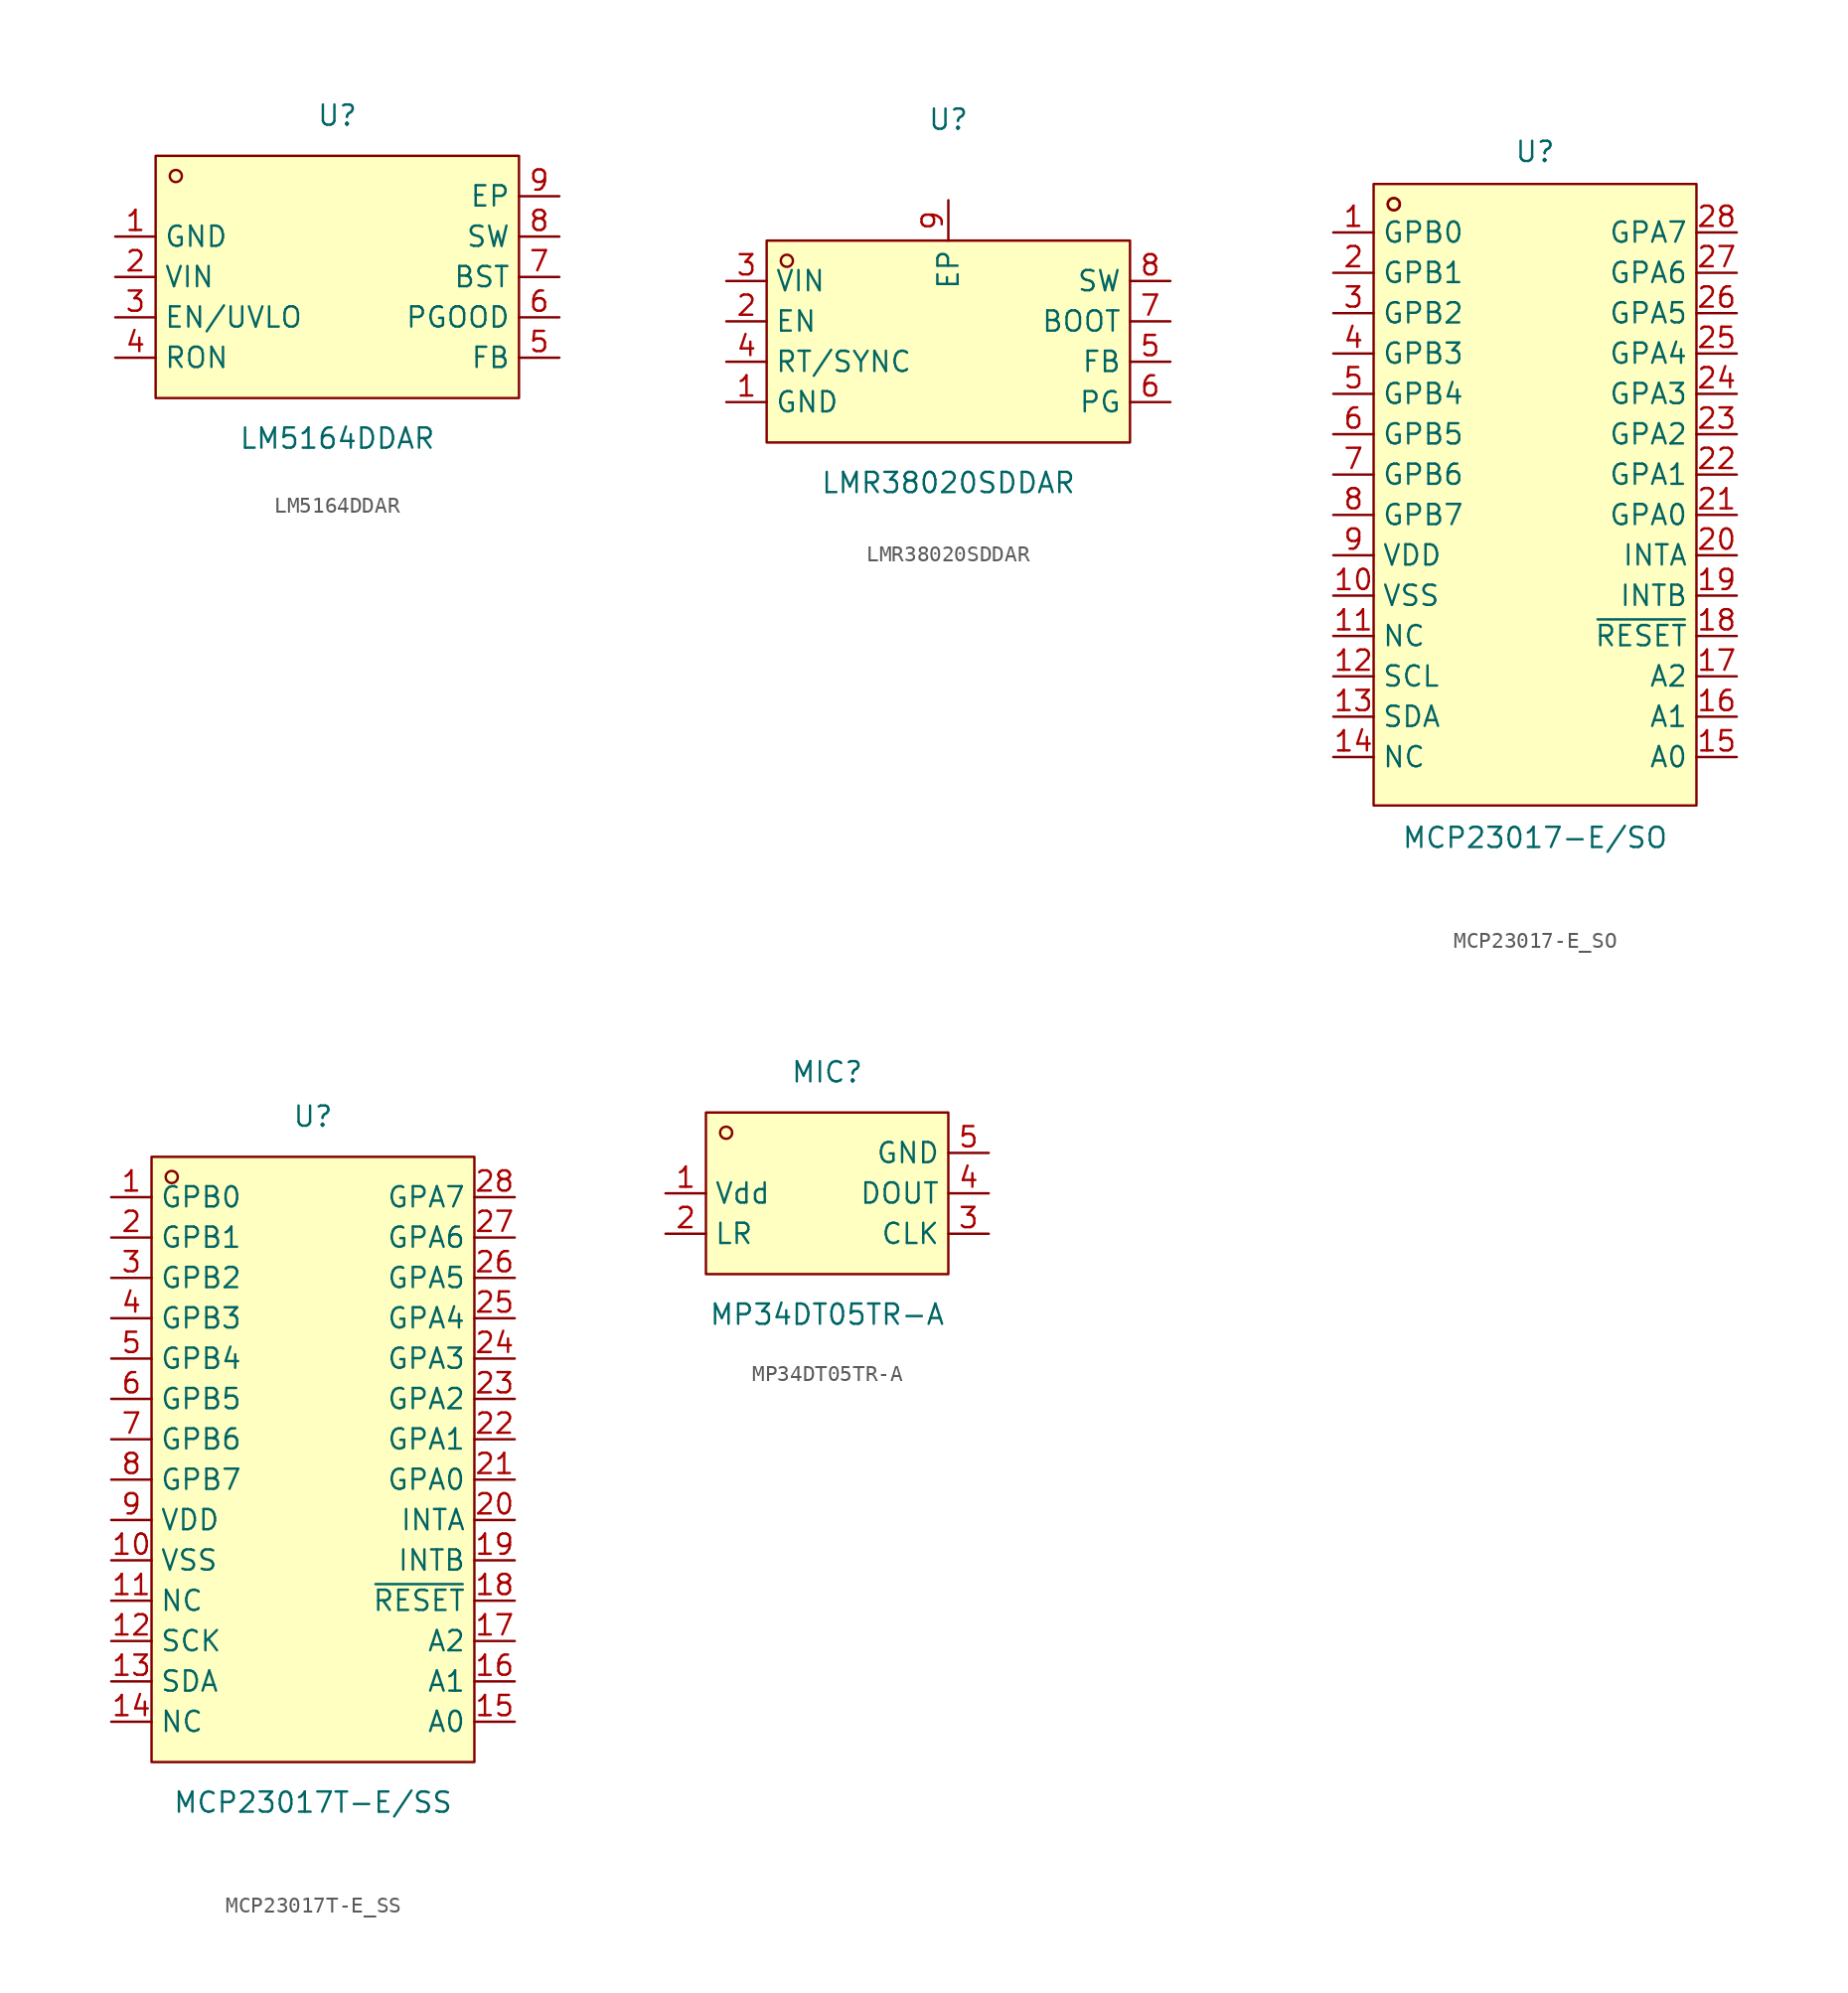
<source format=kicad_sym>
(kicad_symbol_lib
  (version 20231120)
  (generator "kicad_symbol_editor")
  (generator_version "8.0")
  (symbol "LM5164DDAR"
    (property "Reference" "U"
      (at 0 10.16 0)
      (effects (font (size 1.27 1.27))))
    (property "Value" "LM5164DDAR"
      (at 0 -10.16 0)
      (effects (font (size 1.27 1.27))))
    (symbol "LM5164DDAR_0_1"
      (rectangle (start -11.43 7.62) (end 11.43 -7.62) (stroke (width 0) (type default)) (fill (type background)))
      (circle (center -10.16 6.35) (radius 0.38) (stroke (width 0) (type default)) (fill (type none)))
      (pin unspecified line (at -13.97 2.54 0) (length 2.54) (name "GND" (effects (font (size 1.27 1.27)))) (number "1" (effects (font (size 1.27 1.27)))))
      (pin unspecified line (at -13.97 0 0) (length 2.54) (name "VIN" (effects (font (size 1.27 1.27)))) (number "2" (effects (font (size 1.27 1.27)))))
      (pin unspecified line (at -13.97 -2.54 0) (length 2.54) (name "EN/UVLO" (effects (font (size 1.27 1.27)))) (number "3" (effects (font (size 1.27 1.27)))))
      (pin unspecified line (at -13.97 -5.08 0) (length 2.54) (name "RON" (effects (font (size 1.27 1.27)))) (number "4" (effects (font (size 1.27 1.27)))))
      (pin unspecified line (at 13.97 -5.08 180) (length 2.54) (name "FB" (effects (font (size 1.27 1.27)))) (number "5" (effects (font (size 1.27 1.27)))))
      (pin unspecified line (at 13.97 -2.54 180) (length 2.54) (name "PGOOD" (effects (font (size 1.27 1.27)))) (number "6" (effects (font (size 1.27 1.27)))))
      (pin unspecified line (at 13.97 0 180) (length 2.54) (name "BST" (effects (font (size 1.27 1.27)))) (number "7" (effects (font (size 1.27 1.27)))))
      (pin unspecified line (at 13.97 2.54 180) (length 2.54) (name "SW" (effects (font (size 1.27 1.27)))) (number "8" (effects (font (size 1.27 1.27)))))
      (pin unspecified line (at 13.97 5.08 180) (length 2.54) (name "EP" (effects (font (size 1.27 1.27)))) (number "9" (effects (font (size 1.27 1.27)))))))
  (symbol "LMR38020SDDAR"
    (property "Reference" "U"
      (at 0 13.97 0)
      (effects (font (size 1.27 1.27))))
    (property "Value" "LMR38020SDDAR"
      (at 0 -8.89 0)
      (effects (font (size 1.27 1.27))))
    (symbol "LMR38020SDDAR_0_1"
      (rectangle (start -11.43 6.35) (end 11.43 -6.35) (stroke (width 0) (type default)) (fill (type background)))
      (circle (center -10.16 5.08) (radius 0.38) (stroke (width 0) (type default)) (fill (type none)))
      (pin unspecified line (at -13.97 -3.81 0) (length 2.54) (name "GND" (effects (font (size 1.27 1.27)))) (number "1" (effects (font (size 1.27 1.27)))))
      (pin unspecified line (at -13.97 1.27 0) (length 2.54) (name "EN" (effects (font (size 1.27 1.27)))) (number "2" (effects (font (size 1.27 1.27)))))
      (pin unspecified line (at -13.97 3.81 0) (length 2.54) (name "VIN" (effects (font (size 1.27 1.27)))) (number "3" (effects (font (size 1.27 1.27)))))
      (pin unspecified line (at -13.97 -1.27 0) (length 2.54) (name "RT/SYNC" (effects (font (size 1.27 1.27)))) (number "4" (effects (font (size 1.27 1.27)))))
      (pin unspecified line (at 13.97 -1.27 180) (length 2.54) (name "FB" (effects (font (size 1.27 1.27)))) (number "5" (effects (font (size 1.27 1.27)))))
      (pin unspecified line (at 13.97 -3.81 180) (length 2.54) (name "PG" (effects (font (size 1.27 1.27)))) (number "6" (effects (font (size 1.27 1.27)))))
      (pin unspecified line (at 13.97 1.27 180) (length 2.54) (name "BOOT" (effects (font (size 1.27 1.27)))) (number "7" (effects (font (size 1.27 1.27)))))
      (pin unspecified line (at 13.97 3.81 180) (length 2.54) (name "SW" (effects (font (size 1.27 1.27)))) (number "8" (effects (font (size 1.27 1.27)))))
      (pin unspecified line (at 0 8.89 270) (length 2.54) (name "EP" (effects (font (size 1.27 1.27)))) (number "9" (effects (font (size 1.27 1.27)))))))
  (symbol "MCP23017-E_SO"
    (property "Reference" "U"
      (at 0 21.59 0)
      (effects (font (size 1.27 1.27))))
    (property "Value" "MCP23017-E/SO"
      (at 0 -21.59 0)
      (effects (font (size 1.27 1.27))))
    (symbol "MCP23017-E_SO_0_1"
      (rectangle (start -10.16 19.56) (end 10.16 -19.56) (stroke (width 0) (type default)) (fill (type background)))
      (circle (center -8.89 18.29) (radius 0.38) (stroke (width 0) (type default)) (fill (type none)))
      (circle (center -8.89 18.29) (radius 0.38) (stroke (width 0) (type default)) (fill (type none)))
      (pin unspecified line (at -12.7 16.51 0) (length 2.54) (name "GPB0" (effects (font (size 1.27 1.27)))) (number "1" (effects (font (size 1.27 1.27)))))
      (pin unspecified line (at -12.7 -6.35 0) (length 2.54) (name "VSS" (effects (font (size 1.27 1.27)))) (number "10" (effects (font (size 1.27 1.27)))))
      (pin unspecified line (at -12.7 -8.89 0) (length 2.54) (name "NC" (effects (font (size 1.27 1.27)))) (number "11" (effects (font (size 1.27 1.27)))))
      (pin unspecified line (at -12.7 -11.43 0) (length 2.54) (name "SCL" (effects (font (size 1.27 1.27)))) (number "12" (effects (font (size 1.27 1.27)))))
      (pin unspecified line (at -12.7 -13.97 0) (length 2.54) (name "SDA" (effects (font (size 1.27 1.27)))) (number "13" (effects (font (size 1.27 1.27)))))
      (pin unspecified line (at -12.7 -16.51 0) (length 2.54) (name "NC" (effects (font (size 1.27 1.27)))) (number "14" (effects (font (size 1.27 1.27)))))
      (pin unspecified line (at 12.7 -16.51 180) (length 2.54) (name "A0" (effects (font (size 1.27 1.27)))) (number "15" (effects (font (size 1.27 1.27)))))
      (pin unspecified line (at 12.7 -13.97 180) (length 2.54) (name "A1" (effects (font (size 1.27 1.27)))) (number "16" (effects (font (size 1.27 1.27)))))
      (pin unspecified line (at 12.7 -11.43 180) (length 2.54) (name "A2" (effects (font (size 1.27 1.27)))) (number "17" (effects (font (size 1.27 1.27)))))
      (pin unspecified line (at 12.7 -8.89 180) (length 2.54) (name "~{RESET}" (effects (font (size 1.27 1.27)))) (number "18" (effects (font (size 1.27 1.27)))))
      (pin unspecified line (at 12.7 -6.35 180) (length 2.54) (name "INTB" (effects (font (size 1.27 1.27)))) (number "19" (effects (font (size 1.27 1.27)))))
      (pin unspecified line (at -12.7 13.97 0) (length 2.54) (name "GPB1" (effects (font (size 1.27 1.27)))) (number "2" (effects (font (size 1.27 1.27)))))
      (pin unspecified line (at 12.7 -3.81 180) (length 2.54) (name "INTA" (effects (font (size 1.27 1.27)))) (number "20" (effects (font (size 1.27 1.27)))))
      (pin unspecified line (at 12.7 -1.27 180) (length 2.54) (name "GPA0" (effects (font (size 1.27 1.27)))) (number "21" (effects (font (size 1.27 1.27)))))
      (pin unspecified line (at 12.7 1.27 180) (length 2.54) (name "GPA1" (effects (font (size 1.27 1.27)))) (number "22" (effects (font (size 1.27 1.27)))))
      (pin unspecified line (at 12.7 3.81 180) (length 2.54) (name "GPA2" (effects (font (size 1.27 1.27)))) (number "23" (effects (font (size 1.27 1.27)))))
      (pin unspecified line (at 12.7 6.35 180) (length 2.54) (name "GPA3" (effects (font (size 1.27 1.27)))) (number "24" (effects (font (size 1.27 1.27)))))
      (pin unspecified line (at 12.7 8.89 180) (length 2.54) (name "GPA4" (effects (font (size 1.27 1.27)))) (number "25" (effects (font (size 1.27 1.27)))))
      (pin unspecified line (at 12.7 11.43 180) (length 2.54) (name "GPA5" (effects (font (size 1.27 1.27)))) (number "26" (effects (font (size 1.27 1.27)))))
      (pin unspecified line (at 12.7 13.97 180) (length 2.54) (name "GPA6" (effects (font (size 1.27 1.27)))) (number "27" (effects (font (size 1.27 1.27)))))
      (pin unspecified line (at 12.7 16.51 180) (length 2.54) (name "GPA7" (effects (font (size 1.27 1.27)))) (number "28" (effects (font (size 1.27 1.27)))))
      (pin unspecified line (at -12.7 11.43 0) (length 2.54) (name "GPB2" (effects (font (size 1.27 1.27)))) (number "3" (effects (font (size 1.27 1.27)))))
      (pin unspecified line (at -12.7 8.89 0) (length 2.54) (name "GPB3" (effects (font (size 1.27 1.27)))) (number "4" (effects (font (size 1.27 1.27)))))
      (pin unspecified line (at -12.7 6.35 0) (length 2.54) (name "GPB4" (effects (font (size 1.27 1.27)))) (number "5" (effects (font (size 1.27 1.27)))))
      (pin unspecified line (at -12.7 3.81 0) (length 2.54) (name "GPB5" (effects (font (size 1.27 1.27)))) (number "6" (effects (font (size 1.27 1.27)))))
      (pin unspecified line (at -12.7 1.27 0) (length 2.54) (name "GPB6" (effects (font (size 1.27 1.27)))) (number "7" (effects (font (size 1.27 1.27)))))
      (pin unspecified line (at -12.7 -1.27 0) (length 2.54) (name "GPB7" (effects (font (size 1.27 1.27)))) (number "8" (effects (font (size 1.27 1.27)))))
      (pin unspecified line (at -12.7 -3.81 0) (length 2.54) (name "VDD" (effects (font (size 1.27 1.27)))) (number "9" (effects (font (size 1.27 1.27)))))))
  (symbol "MCP23017T-E_SS"
    (property "Reference" "U"
      (at 0 21.59 0)
      (effects (font (size 1.27 1.27))))
    (property "Value" "MCP23017T-E/SS"
      (at 0 -21.59 0)
      (effects (font (size 1.27 1.27))))
    (symbol "MCP23017T-E_SS_0_1"
      (rectangle (start -10.16 19.05) (end 10.16 -19.05) (stroke (width 0) (type default)) (fill (type background)))
      (circle (center -8.89 17.78) (radius 0.38) (stroke (width 0) (type default)) (fill (type none)))
      (pin unspecified line (at -12.7 16.51 0) (length 2.54) (name "GPB0" (effects (font (size 1.27 1.27)))) (number "1" (effects (font (size 1.27 1.27)))))
      (pin unspecified line (at -12.7 -6.35 0) (length 2.54) (name "VSS" (effects (font (size 1.27 1.27)))) (number "10" (effects (font (size 1.27 1.27)))))
      (pin unspecified line (at -12.7 -8.89 0) (length 2.54) (name "NC" (effects (font (size 1.27 1.27)))) (number "11" (effects (font (size 1.27 1.27)))))
      (pin unspecified line (at -12.7 -11.43 0) (length 2.54) (name "SCK" (effects (font (size 1.27 1.27)))) (number "12" (effects (font (size 1.27 1.27)))))
      (pin unspecified line (at -12.7 -13.97 0) (length 2.54) (name "SDA" (effects (font (size 1.27 1.27)))) (number "13" (effects (font (size 1.27 1.27)))))
      (pin unspecified line (at -12.7 -16.51 0) (length 2.54) (name "NC" (effects (font (size 1.27 1.27)))) (number "14" (effects (font (size 1.27 1.27)))))
      (pin unspecified line (at 12.7 -16.51 180) (length 2.54) (name "A0" (effects (font (size 1.27 1.27)))) (number "15" (effects (font (size 1.27 1.27)))))
      (pin unspecified line (at 12.7 -13.97 180) (length 2.54) (name "A1" (effects (font (size 1.27 1.27)))) (number "16" (effects (font (size 1.27 1.27)))))
      (pin unspecified line (at 12.7 -11.43 180) (length 2.54) (name "A2" (effects (font (size 1.27 1.27)))) (number "17" (effects (font (size 1.27 1.27)))))
      (pin unspecified line (at 12.7 -8.89 180) (length 2.54) (name "~{RESET}" (effects (font (size 1.27 1.27)))) (number "18" (effects (font (size 1.27 1.27)))))
      (pin unspecified line (at 12.7 -6.35 180) (length 2.54) (name "INTB" (effects (font (size 1.27 1.27)))) (number "19" (effects (font (size 1.27 1.27)))))
      (pin unspecified line (at -12.7 13.97 0) (length 2.54) (name "GPB1" (effects (font (size 1.27 1.27)))) (number "2" (effects (font (size 1.27 1.27)))))
      (pin unspecified line (at 12.7 -3.81 180) (length 2.54) (name "INTA" (effects (font (size 1.27 1.27)))) (number "20" (effects (font (size 1.27 1.27)))))
      (pin unspecified line (at 12.7 -1.27 180) (length 2.54) (name "GPA0" (effects (font (size 1.27 1.27)))) (number "21" (effects (font (size 1.27 1.27)))))
      (pin unspecified line (at 12.7 1.27 180) (length 2.54) (name "GPA1" (effects (font (size 1.27 1.27)))) (number "22" (effects (font (size 1.27 1.27)))))
      (pin unspecified line (at 12.7 3.81 180) (length 2.54) (name "GPA2" (effects (font (size 1.27 1.27)))) (number "23" (effects (font (size 1.27 1.27)))))
      (pin unspecified line (at 12.7 6.35 180) (length 2.54) (name "GPA3" (effects (font (size 1.27 1.27)))) (number "24" (effects (font (size 1.27 1.27)))))
      (pin unspecified line (at 12.7 8.89 180) (length 2.54) (name "GPA4" (effects (font (size 1.27 1.27)))) (number "25" (effects (font (size 1.27 1.27)))))
      (pin unspecified line (at 12.7 11.43 180) (length 2.54) (name "GPA5" (effects (font (size 1.27 1.27)))) (number "26" (effects (font (size 1.27 1.27)))))
      (pin unspecified line (at 12.7 13.97 180) (length 2.54) (name "GPA6" (effects (font (size 1.27 1.27)))) (number "27" (effects (font (size 1.27 1.27)))))
      (pin unspecified line (at 12.7 16.51 180) (length 2.54) (name "GPA7" (effects (font (size 1.27 1.27)))) (number "28" (effects (font (size 1.27 1.27)))))
      (pin unspecified line (at -12.7 11.43 0) (length 2.54) (name "GPB2" (effects (font (size 1.27 1.27)))) (number "3" (effects (font (size 1.27 1.27)))))
      (pin unspecified line (at -12.7 8.89 0) (length 2.54) (name "GPB3" (effects (font (size 1.27 1.27)))) (number "4" (effects (font (size 1.27 1.27)))))
      (pin unspecified line (at -12.7 6.35 0) (length 2.54) (name "GPB4" (effects (font (size 1.27 1.27)))) (number "5" (effects (font (size 1.27 1.27)))))
      (pin unspecified line (at -12.7 3.81 0) (length 2.54) (name "GPB5" (effects (font (size 1.27 1.27)))) (number "6" (effects (font (size 1.27 1.27)))))
      (pin unspecified line (at -12.7 1.27 0) (length 2.54) (name "GPB6" (effects (font (size 1.27 1.27)))) (number "7" (effects (font (size 1.27 1.27)))))
      (pin unspecified line (at -12.7 -1.27 0) (length 2.54) (name "GPB7" (effects (font (size 1.27 1.27)))) (number "8" (effects (font (size 1.27 1.27)))))
      (pin unspecified line (at -12.7 -3.81 0) (length 2.54) (name "VDD" (effects (font (size 1.27 1.27)))) (number "9" (effects (font (size 1.27 1.27)))))))
  (symbol "MP34DT05TR-A"
    (property "Reference" "MIC"
      (at 0 7.62 0)
      (effects (font (size 1.27 1.27))))
    (property "Value" "MP34DT05TR-A"
      (at 0 -7.62 0)
      (effects (font (size 1.27 1.27))))
    (symbol "MP34DT05TR-A_0_1"
      (rectangle (start -7.62 5.08) (end 7.62 -5.08) (stroke (width 0) (type default)) (fill (type background)))
      (circle (center -6.35 3.81) (radius 0.38) (stroke (width 0) (type default)) (fill (type none)))
      (pin unspecified line (at -10.16 0 0) (length 2.54) (name "Vdd" (effects (font (size 1.27 1.27)))) (number "1" (effects (font (size 1.27 1.27)))))
      (pin unspecified line (at -10.16 -2.54 0) (length 2.54) (name "LR" (effects (font (size 1.27 1.27)))) (number "2" (effects (font (size 1.27 1.27)))))
      (pin unspecified line (at 10.16 -2.54 180) (length 2.54) (name "CLK" (effects (font (size 1.27 1.27)))) (number "3" (effects (font (size 1.27 1.27)))))
      (pin unspecified line (at 10.16 0 180) (length 2.54) (name "DOUT" (effects (font (size 1.27 1.27)))) (number "4" (effects (font (size 1.27 1.27)))))
      (pin unspecified line (at 10.16 2.54 180) (length 2.54) (name "GND" (effects (font (size 1.27 1.27)))) (number "5" (effects (font (size 1.27 1.27))))))))
</source>
